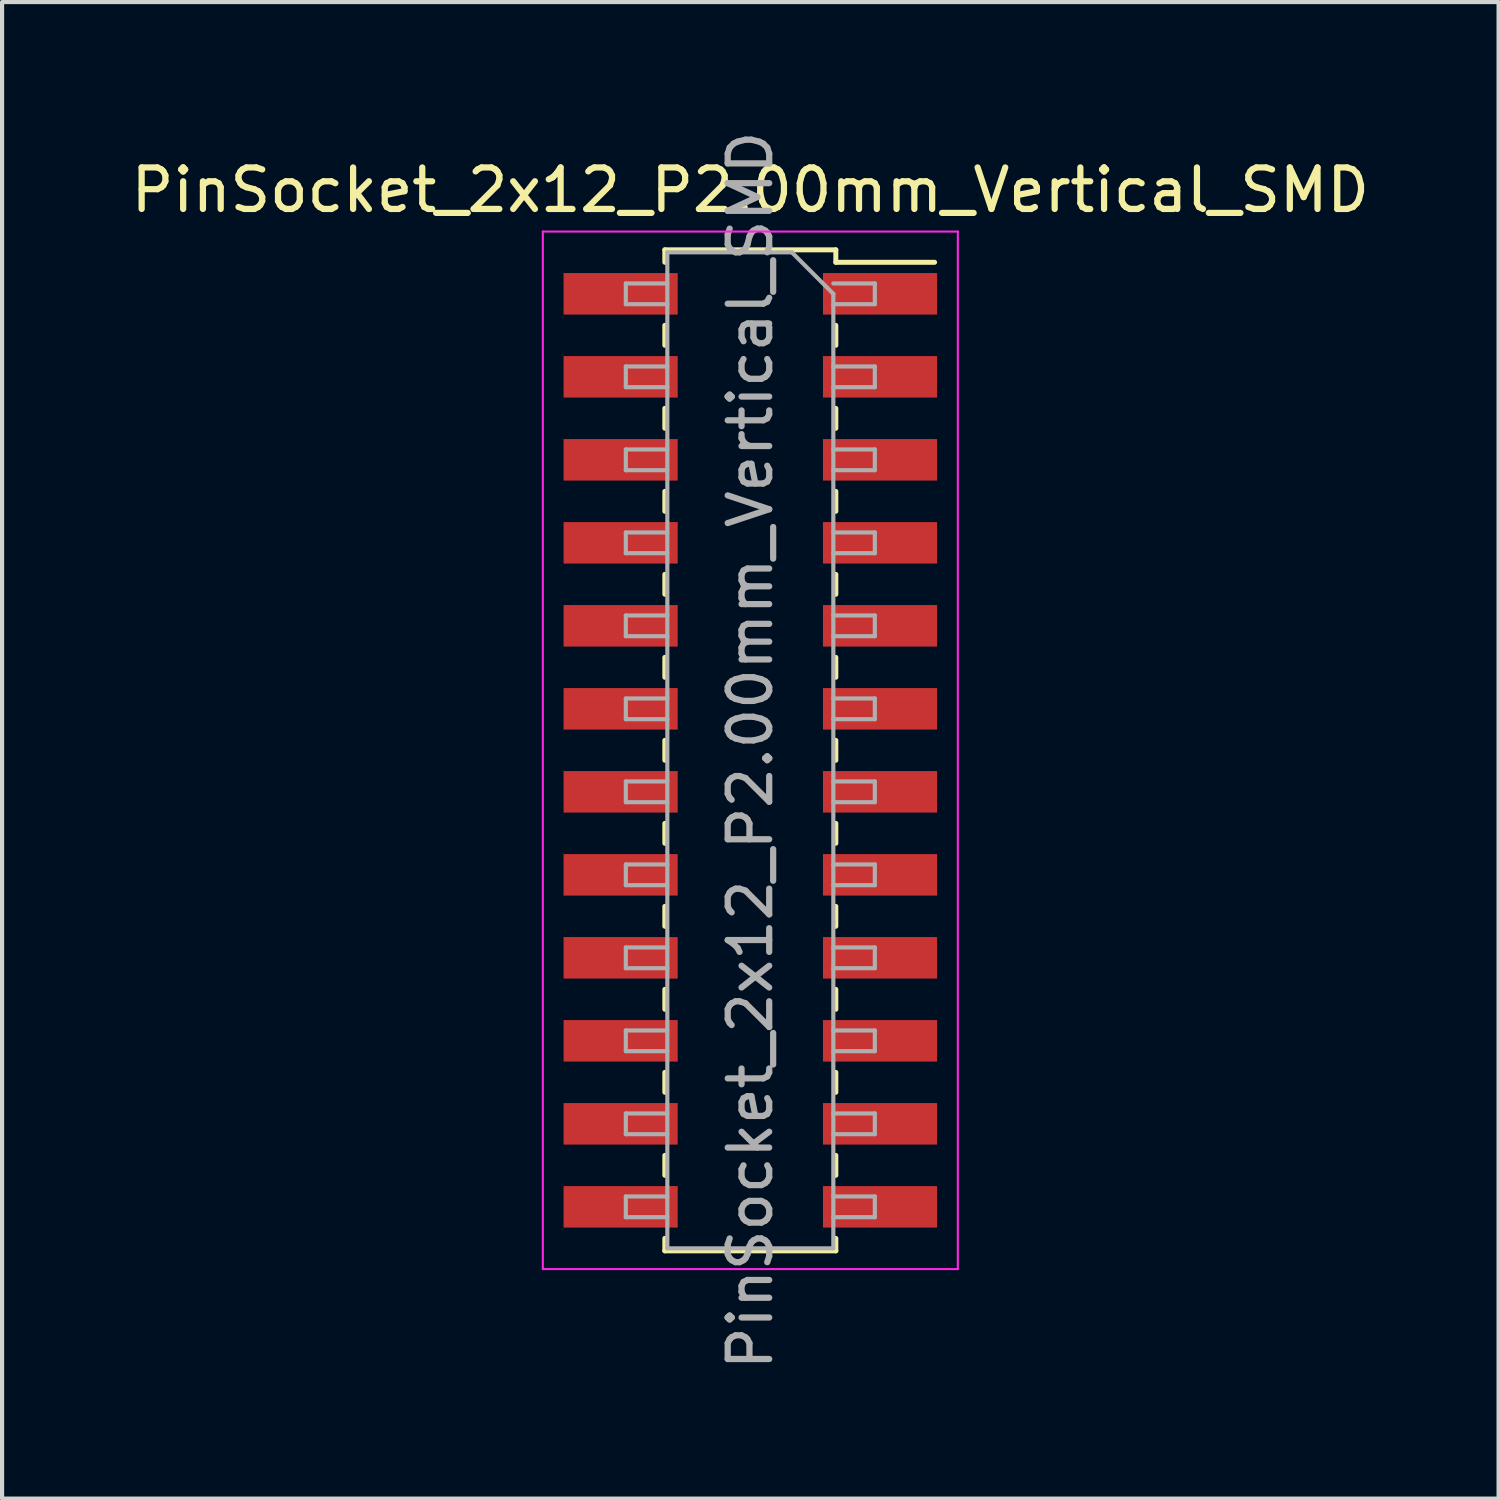
<source format=kicad_pcb>
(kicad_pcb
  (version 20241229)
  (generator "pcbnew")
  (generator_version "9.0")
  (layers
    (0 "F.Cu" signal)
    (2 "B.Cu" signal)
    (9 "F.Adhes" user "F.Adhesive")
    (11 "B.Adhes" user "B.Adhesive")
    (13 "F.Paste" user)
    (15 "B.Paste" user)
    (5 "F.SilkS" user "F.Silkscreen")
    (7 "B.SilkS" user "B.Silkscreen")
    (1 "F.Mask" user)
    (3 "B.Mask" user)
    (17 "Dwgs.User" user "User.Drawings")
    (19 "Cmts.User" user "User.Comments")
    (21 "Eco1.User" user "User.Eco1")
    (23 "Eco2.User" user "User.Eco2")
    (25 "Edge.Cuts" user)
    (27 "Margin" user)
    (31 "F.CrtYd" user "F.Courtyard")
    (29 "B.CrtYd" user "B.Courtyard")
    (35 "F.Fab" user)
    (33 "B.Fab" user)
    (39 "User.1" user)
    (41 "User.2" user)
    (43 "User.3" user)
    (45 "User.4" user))
  (footprint "PinSocket_2x12_P2.00mm_Vertical_SMD"
    (layer "F.Cu")
    (at 15.03 15.03)
    (property "Reference" "PinSocket_2x12_P2.00mm_Vertical_SMD" (at 0 -13.5 0) (layer "F.SilkS") (effects (font (size 1 1) (thickness 0.15))))
    (attr smd)
    (fp_line (start -2.06 -12.06) (end -2.06 -11.76) (stroke (width 0.12) (type solid)) (layer "F.SilkS"))
    (fp_line (start -2.06 -12.06) (end 2.06 -12.06) (stroke (width 0.12) (type solid)) (layer "F.SilkS"))
    (fp_line (start -2.06 -10.24) (end -2.06 -9.76) (stroke (width 0.12) (type solid)) (layer "F.SilkS"))
    (fp_line (start -2.06 -8.24) (end -2.06 -7.76) (stroke (width 0.12) (type solid)) (layer "F.SilkS"))
    (fp_line (start -2.06 -6.24) (end -2.06 -5.76) (stroke (width 0.12) (type solid)) (layer "F.SilkS"))
    (fp_line (start -2.06 -4.24) (end -2.06 -3.76) (stroke (width 0.12) (type solid)) (layer "F.SilkS"))
    (fp_line (start -2.06 -2.24) (end -2.06 -1.76) (stroke (width 0.12) (type solid)) (layer "F.SilkS"))
    (fp_line (start -2.06 -0.24) (end -2.06 0.24) (stroke (width 0.12) (type solid)) (layer "F.SilkS"))
    (fp_line (start -2.06 1.76) (end -2.06 2.24) (stroke (width 0.12) (type solid)) (layer "F.SilkS"))
    (fp_line (start -2.06 3.76) (end -2.06 4.24) (stroke (width 0.12) (type solid)) (layer "F.SilkS"))
    (fp_line (start -2.06 5.76) (end -2.06 6.24) (stroke (width 0.12) (type solid)) (layer "F.SilkS"))
    (fp_line (start -2.06 7.76) (end -2.06 8.24) (stroke (width 0.12) (type solid)) (layer "F.SilkS"))
    (fp_line (start -2.06 9.76) (end -2.06 10.24) (stroke (width 0.12) (type solid)) (layer "F.SilkS"))
    (fp_line (start -2.06 11.76) (end -2.06 12.06) (stroke (width 0.12) (type solid)) (layer "F.SilkS"))
    (fp_line (start -2.06 12.06) (end 2.06 12.06) (stroke (width 0.12) (type solid)) (layer "F.SilkS"))
    (fp_line (start 2.06 -12.06) (end 2.06 -11.76) (stroke (width 0.12) (type solid)) (layer "F.SilkS"))
    (fp_line (start 2.06 -11.76) (end 4.44 -11.76) (stroke (width 0.12) (type solid)) (layer "F.SilkS"))
    (fp_line (start 2.06 -10.24) (end 2.06 -9.76) (stroke (width 0.12) (type solid)) (layer "F.SilkS"))
    (fp_line (start 2.06 -8.24) (end 2.06 -7.76) (stroke (width 0.12) (type solid)) (layer "F.SilkS"))
    (fp_line (start 2.06 -6.24) (end 2.06 -5.76) (stroke (width 0.12) (type solid)) (layer "F.SilkS"))
    (fp_line (start 2.06 -4.24) (end 2.06 -3.76) (stroke (width 0.12) (type solid)) (layer "F.SilkS"))
    (fp_line (start 2.06 -2.24) (end 2.06 -1.76) (stroke (width 0.12) (type solid)) (layer "F.SilkS"))
    (fp_line (start 2.06 -0.24) (end 2.06 0.24) (stroke (width 0.12) (type solid)) (layer "F.SilkS"))
    (fp_line (start 2.06 1.76) (end 2.06 2.24) (stroke (width 0.12) (type solid)) (layer "F.SilkS"))
    (fp_line (start 2.06 3.76) (end 2.06 4.24) (stroke (width 0.12) (type solid)) (layer "F.SilkS"))
    (fp_line (start 2.06 5.76) (end 2.06 6.24) (stroke (width 0.12) (type solid)) (layer "F.SilkS"))
    (fp_line (start 2.06 7.76) (end 2.06 8.24) (stroke (width 0.12) (type solid)) (layer "F.SilkS"))
    (fp_line (start 2.06 9.76) (end 2.06 10.24) (stroke (width 0.12) (type solid)) (layer "F.SilkS"))
    (fp_line (start 2.06 11.76) (end 2.06 12.06) (stroke (width 0.12) (type solid)) (layer "F.SilkS"))
    (fp_line (start -5 -12.5) (end 5 -12.5) (stroke (width 0.05) (type solid)) (layer "F.CrtYd"))
    (fp_line (start -5 12.5) (end -5 -12.5) (stroke (width 0.05) (type solid)) (layer "F.CrtYd"))
    (fp_line (start 5 -12.5) (end 5 12.5) (stroke (width 0.05) (type solid)) (layer "F.CrtYd"))
    (fp_line (start 5 12.5) (end -5 12.5) (stroke (width 0.05) (type solid)) (layer "F.CrtYd"))
    (fp_line (start -3 -11.25) (end -2 -11.25) (stroke (width 0.1) (type solid)) (layer "F.Fab"))
    (fp_line (start -3 -10.75) (end -3 -11.25) (stroke (width 0.1) (type solid)) (layer "F.Fab"))
    (fp_line (start -3 -9.25) (end -2 -9.25) (stroke (width 0.1) (type solid)) (layer "F.Fab"))
    (fp_line (start -3 -8.75) (end -3 -9.25) (stroke (width 0.1) (type solid)) (layer "F.Fab"))
    (fp_line (start -3 -7.25) (end -2 -7.25) (stroke (width 0.1) (type solid)) (layer "F.Fab"))
    (fp_line (start -3 -6.75) (end -3 -7.25) (stroke (width 0.1) (type solid)) (layer "F.Fab"))
    (fp_line (start -3 -5.25) (end -2 -5.25) (stroke (width 0.1) (type solid)) (layer "F.Fab"))
    (fp_line (start -3 -4.75) (end -3 -5.25) (stroke (width 0.1) (type solid)) (layer "F.Fab"))
    (fp_line (start -3 -3.25) (end -2 -3.25) (stroke (width 0.1) (type solid)) (layer "F.Fab"))
    (fp_line (start -3 -2.75) (end -3 -3.25) (stroke (width 0.1) (type solid)) (layer "F.Fab"))
    (fp_line (start -3 -1.25) (end -2 -1.25) (stroke (width 0.1) (type solid)) (layer "F.Fab"))
    (fp_line (start -3 -0.75) (end -3 -1.25) (stroke (width 0.1) (type solid)) (layer "F.Fab"))
    (fp_line (start -3 0.75) (end -2 0.75) (stroke (width 0.1) (type solid)) (layer "F.Fab"))
    (fp_line (start -3 1.25) (end -3 0.75) (stroke (width 0.1) (type solid)) (layer "F.Fab"))
    (fp_line (start -3 2.75) (end -2 2.75) (stroke (width 0.1) (type solid)) (layer "F.Fab"))
    (fp_line (start -3 3.25) (end -3 2.75) (stroke (width 0.1) (type solid)) (layer "F.Fab"))
    (fp_line (start -3 4.75) (end -2 4.75) (stroke (width 0.1) (type solid)) (layer "F.Fab"))
    (fp_line (start -3 5.25) (end -3 4.75) (stroke (width 0.1) (type solid)) (layer "F.Fab"))
    (fp_line (start -3 6.75) (end -2 6.75) (stroke (width 0.1) (type solid)) (layer "F.Fab"))
    (fp_line (start -3 7.25) (end -3 6.75) (stroke (width 0.1) (type solid)) (layer "F.Fab"))
    (fp_line (start -3 8.75) (end -2 8.75) (stroke (width 0.1) (type solid)) (layer "F.Fab"))
    (fp_line (start -3 9.25) (end -3 8.75) (stroke (width 0.1) (type solid)) (layer "F.Fab"))
    (fp_line (start -3 10.75) (end -2 10.75) (stroke (width 0.1) (type solid)) (layer "F.Fab"))
    (fp_line (start -3 11.25) (end -3 10.75) (stroke (width 0.1) (type solid)) (layer "F.Fab"))
    (fp_line (start -2 -12) (end 1 -12) (stroke (width 0.1) (type solid)) (layer "F.Fab"))
    (fp_line (start -2 -10.75) (end -3 -10.75) (stroke (width 0.1) (type solid)) (layer "F.Fab"))
    (fp_line (start -2 -8.75) (end -3 -8.75) (stroke (width 0.1) (type solid)) (layer "F.Fab"))
    (fp_line (start -2 -6.75) (end -3 -6.75) (stroke (width 0.1) (type solid)) (layer "F.Fab"))
    (fp_line (start -2 -4.75) (end -3 -4.75) (stroke (width 0.1) (type solid)) (layer "F.Fab"))
    (fp_line (start -2 -2.75) (end -3 -2.75) (stroke (width 0.1) (type solid)) (layer "F.Fab"))
    (fp_line (start -2 -0.75) (end -3 -0.75) (stroke (width 0.1) (type solid)) (layer "F.Fab"))
    (fp_line (start -2 1.25) (end -3 1.25) (stroke (width 0.1) (type solid)) (layer "F.Fab"))
    (fp_line (start -2 3.25) (end -3 3.25) (stroke (width 0.1) (type solid)) (layer "F.Fab"))
    (fp_line (start -2 5.25) (end -3 5.25) (stroke (width 0.1) (type solid)) (layer "F.Fab"))
    (fp_line (start -2 7.25) (end -3 7.25) (stroke (width 0.1) (type solid)) (layer "F.Fab"))
    (fp_line (start -2 9.25) (end -3 9.25) (stroke (width 0.1) (type solid)) (layer "F.Fab"))
    (fp_line (start -2 11.25) (end -3 11.25) (stroke (width 0.1) (type solid)) (layer "F.Fab"))
    (fp_line (start -2 12) (end -2 -12) (stroke (width 0.1) (type solid)) (layer "F.Fab"))
    (fp_line (start 1 -12) (end 2 -11) (stroke (width 0.1) (type solid)) (layer "F.Fab"))
    (fp_line (start 2 -11.25) (end 3 -11.25) (stroke (width 0.1) (type solid)) (layer "F.Fab"))
    (fp_line (start 2 -11) (end 2 12) (stroke (width 0.1) (type solid)) (layer "F.Fab"))
    (fp_line (start 2 -9.25) (end 3 -9.25) (stroke (width 0.1) (type solid)) (layer "F.Fab"))
    (fp_line (start 2 -7.25) (end 3 -7.25) (stroke (width 0.1) (type solid)) (layer "F.Fab"))
    (fp_line (start 2 -5.25) (end 3 -5.25) (stroke (width 0.1) (type solid)) (layer "F.Fab"))
    (fp_line (start 2 -3.25) (end 3 -3.25) (stroke (width 0.1) (type solid)) (layer "F.Fab"))
    (fp_line (start 2 -1.25) (end 3 -1.25) (stroke (width 0.1) (type solid)) (layer "F.Fab"))
    (fp_line (start 2 0.75) (end 3 0.75) (stroke (width 0.1) (type solid)) (layer "F.Fab"))
    (fp_line (start 2 2.75) (end 3 2.75) (stroke (width 0.1) (type solid)) (layer "F.Fab"))
    (fp_line (start 2 4.75) (end 3 4.75) (stroke (width 0.1) (type solid)) (layer "F.Fab"))
    (fp_line (start 2 6.75) (end 3 6.75) (stroke (width 0.1) (type solid)) (layer "F.Fab"))
    (fp_line (start 2 8.75) (end 3 8.75) (stroke (width 0.1) (type solid)) (layer "F.Fab"))
    (fp_line (start 2 10.75) (end 3 10.75) (stroke (width 0.1) (type solid)) (layer "F.Fab"))
    (fp_line (start 2 12) (end -2 12) (stroke (width 0.1) (type solid)) (layer "F.Fab"))
    (fp_line (start 3 -11.25) (end 3 -10.75) (stroke (width 0.1) (type solid)) (layer "F.Fab"))
    (fp_line (start 3 -10.75) (end 2 -10.75) (stroke (width 0.1) (type solid)) (layer "F.Fab"))
    (fp_line (start 3 -9.25) (end 3 -8.75) (stroke (width 0.1) (type solid)) (layer "F.Fab"))
    (fp_line (start 3 -8.75) (end 2 -8.75) (stroke (width 0.1) (type solid)) (layer "F.Fab"))
    (fp_line (start 3 -7.25) (end 3 -6.75) (stroke (width 0.1) (type solid)) (layer "F.Fab"))
    (fp_line (start 3 -6.75) (end 2 -6.75) (stroke (width 0.1) (type solid)) (layer "F.Fab"))
    (fp_line (start 3 -5.25) (end 3 -4.75) (stroke (width 0.1) (type solid)) (layer "F.Fab"))
    (fp_line (start 3 -4.75) (end 2 -4.75) (stroke (width 0.1) (type solid)) (layer "F.Fab"))
    (fp_line (start 3 -3.25) (end 3 -2.75) (stroke (width 0.1) (type solid)) (layer "F.Fab"))
    (fp_line (start 3 -2.75) (end 2 -2.75) (stroke (width 0.1) (type solid)) (layer "F.Fab"))
    (fp_line (start 3 -1.25) (end 3 -0.75) (stroke (width 0.1) (type solid)) (layer "F.Fab"))
    (fp_line (start 3 -0.75) (end 2 -0.75) (stroke (width 0.1) (type solid)) (layer "F.Fab"))
    (fp_line (start 3 0.75) (end 3 1.25) (stroke (width 0.1) (type solid)) (layer "F.Fab"))
    (fp_line (start 3 1.25) (end 2 1.25) (stroke (width 0.1) (type solid)) (layer "F.Fab"))
    (fp_line (start 3 2.75) (end 3 3.25) (stroke (width 0.1) (type solid)) (layer "F.Fab"))
    (fp_line (start 3 3.25) (end 2 3.25) (stroke (width 0.1) (type solid)) (layer "F.Fab"))
    (fp_line (start 3 4.75) (end 3 5.25) (stroke (width 0.1) (type solid)) (layer "F.Fab"))
    (fp_line (start 3 5.25) (end 2 5.25) (stroke (width 0.1) (type solid)) (layer "F.Fab"))
    (fp_line (start 3 6.75) (end 3 7.25) (stroke (width 0.1) (type solid)) (layer "F.Fab"))
    (fp_line (start 3 7.25) (end 2 7.25) (stroke (width 0.1) (type solid)) (layer "F.Fab"))
    (fp_line (start 3 8.75) (end 3 9.25) (stroke (width 0.1) (type solid)) (layer "F.Fab"))
    (fp_line (start 3 9.25) (end 2 9.25) (stroke (width 0.1) (type solid)) (layer "F.Fab"))
    (fp_line (start 3 10.75) (end 3 11.25) (stroke (width 0.1) (type solid)) (layer "F.Fab"))
    (fp_line (start 3 11.25) (end 2 11.25) (stroke (width 0.1) (type solid)) (layer "F.Fab"))
    (fp_text user "${REFERENCE}" (at 0 0 90) (layer "F.Fab") (effects (font (size 1 1) (thickness 0.15))))
    (pad "1" smd rect (at 3.125 -11) (size 2.75 1) (layers "F.Cu" "F.Mask" "F.Paste"))
    (pad "2" smd rect (at -3.125 -11) (size 2.75 1) (layers "F.Cu" "F.Mask" "F.Paste"))
    (pad "3" smd rect (at 3.125 -9) (size 2.75 1) (layers "F.Cu" "F.Mask" "F.Paste"))
    (pad "4" smd rect (at -3.125 -9) (size 2.75 1) (layers "F.Cu" "F.Mask" "F.Paste"))
    (pad "5" smd rect (at 3.125 -7) (size 2.75 1) (layers "F.Cu" "F.Mask" "F.Paste"))
    (pad "6" smd rect (at -3.125 -7) (size 2.75 1) (layers "F.Cu" "F.Mask" "F.Paste"))
    (pad "7" smd rect (at 3.125 -5) (size 2.75 1) (layers "F.Cu" "F.Mask" "F.Paste"))
    (pad "8" smd rect (at -3.125 -5) (size 2.75 1) (layers "F.Cu" "F.Mask" "F.Paste"))
    (pad "9" smd rect (at 3.125 -3) (size 2.75 1) (layers "F.Cu" "F.Mask" "F.Paste"))
    (pad "10" smd rect (at -3.125 -3) (size 2.75 1) (layers "F.Cu" "F.Mask" "F.Paste"))
    (pad "11" smd rect (at 3.125 -1) (size 2.75 1) (layers "F.Cu" "F.Mask" "F.Paste"))
    (pad "12" smd rect (at -3.125 -1) (size 2.75 1) (layers "F.Cu" "F.Mask" "F.Paste"))
    (pad "13" smd rect (at 3.125 1) (size 2.75 1) (layers "F.Cu" "F.Mask" "F.Paste"))
    (pad "14" smd rect (at -3.125 1) (size 2.75 1) (layers "F.Cu" "F.Mask" "F.Paste"))
    (pad "15" smd rect (at 3.125 3) (size 2.75 1) (layers "F.Cu" "F.Mask" "F.Paste"))
    (pad "16" smd rect (at -3.125 3) (size 2.75 1) (layers "F.Cu" "F.Mask" "F.Paste"))
    (pad "17" smd rect (at 3.125 5) (size 2.75 1) (layers "F.Cu" "F.Mask" "F.Paste"))
    (pad "18" smd rect (at -3.125 5) (size 2.75 1) (layers "F.Cu" "F.Mask" "F.Paste"))
    (pad "19" smd rect (at 3.125 7) (size 2.75 1) (layers "F.Cu" "F.Mask" "F.Paste"))
    (pad "20" smd rect (at -3.125 7) (size 2.75 1) (layers "F.Cu" "F.Mask" "F.Paste"))
    (pad "21" smd rect (at 3.125 9) (size 2.75 1) (layers "F.Cu" "F.Mask" "F.Paste"))
    (pad "22" smd rect (at -3.125 9) (size 2.75 1) (layers "F.Cu" "F.Mask" "F.Paste"))
    (pad "23" smd rect (at 3.125 11) (size 2.75 1) (layers "F.Cu" "F.Mask" "F.Paste"))
    (pad "24" smd rect (at -3.125 11) (size 2.75 1) (layers "F.Cu" "F.Mask" "F.Paste")))
  (gr_rect
    (start -3 -3)
    (end 33.06 33.06)
    (stroke (width 0.1) (type default))
    (fill no)
    (layer "Edge.Cuts")))
</source>
